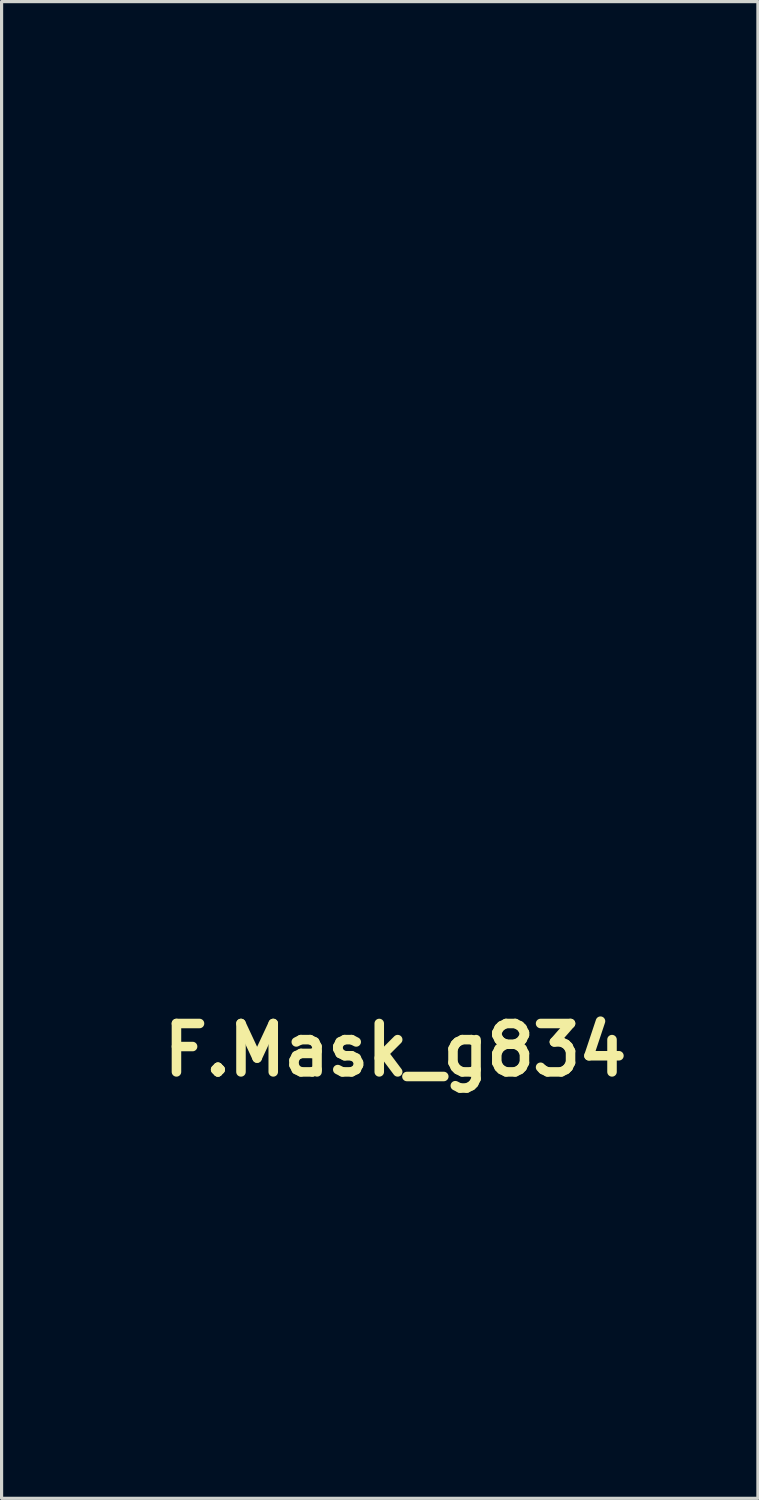
<source format=kicad_pcb>
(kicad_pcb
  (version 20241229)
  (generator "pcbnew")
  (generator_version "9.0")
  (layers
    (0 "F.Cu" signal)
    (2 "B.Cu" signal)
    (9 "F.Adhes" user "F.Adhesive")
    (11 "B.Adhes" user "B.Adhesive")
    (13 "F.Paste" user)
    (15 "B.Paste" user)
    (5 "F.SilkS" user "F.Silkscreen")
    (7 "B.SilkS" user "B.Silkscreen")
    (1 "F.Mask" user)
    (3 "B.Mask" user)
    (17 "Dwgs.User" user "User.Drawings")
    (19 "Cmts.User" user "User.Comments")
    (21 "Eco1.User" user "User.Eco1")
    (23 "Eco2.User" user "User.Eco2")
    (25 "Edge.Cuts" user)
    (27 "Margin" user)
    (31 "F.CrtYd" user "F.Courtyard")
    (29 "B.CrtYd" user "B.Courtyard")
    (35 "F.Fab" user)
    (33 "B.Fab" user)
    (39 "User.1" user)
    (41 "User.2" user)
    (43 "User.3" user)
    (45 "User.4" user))
  (footprint "F.Mask_g834"
    (layer "F.Cu")
    (at 9.401 30.015)
    (property "Reference" "F.Mask_g834" (at 0 0 0) (layer "F.SilkS") (effects (font (size 1.524 1.524) (thickness 0.3))))
    (attr through_hole)
    (fp_poly (pts (xy -3.49 -18.45) (xy -3.283 -18.35) (xy -3.111 -18.196) (xy -2.991 -17.993) (xy -2.965 -17.916) (xy -2.922 -17.633) (xy -2.951 -17.373) (xy -3.042 -17.146) (xy -3.189 -16.961) (xy -3.383 -16.828) (xy -3.617 -16.756) (xy -3.882 -16.755) (xy -3.937 -16.764) (xy -4.182 -16.845) (xy -4.369 -16.987) (xy -4.462 -17.113) (xy -4.569 -17.37) (xy -4.604 -17.635) (xy -4.566 -17.894) (xy -4.459 -18.128) (xy -4.366 -18.245) (xy -4.171 -18.394) (xy -3.95 -18.476) (xy -3.718 -18.494) (xy -3.49 -18.45)) (stroke (width 0.01) (type solid)) (fill yes) (layer "F.Mask"))
    (fp_poly (pts (xy 1.075 -2.8) (xy 1.3 -2.693) (xy 1.475 -2.523) (xy 1.591 -2.295) (xy 1.636 -2.089) (xy 1.631 -1.83) (xy 1.562 -1.587) (xy 1.437 -1.377) (xy 1.266 -1.217) (xy 1.156 -1.158) (xy 0.991 -1.117) (xy 0.789 -1.104) (xy 0.59 -1.12) (xy 0.444 -1.16) (xy 0.254 -1.286) (xy 0.105 -1.473) (xy 0.006 -1.702) (xy -0.033 -1.954) (xy -0.027 -2.089) (xy 0.041 -2.357) (xy 0.172 -2.571) (xy 0.36 -2.726) (xy 0.597 -2.815) (xy 0.804 -2.836) (xy 1.075 -2.8)) (stroke (width 0.01) (type solid)) (fill yes) (layer "F.Mask"))
    (fp_poly (pts (xy 2.297 9.409) (xy 2.487 9.481) (xy 2.489 9.482) (xy 2.679 9.635) (xy 2.811 9.838) (xy 2.884 10.074) (xy 2.895 10.328) (xy 2.84 10.582) (xy 2.732 10.799) (xy 2.586 10.95) (xy 2.387 11.057) (xy 2.158 11.114) (xy 1.923 11.114) (xy 1.763 11.074) (xy 1.55 10.954) (xy 1.389 10.783) (xy 1.282 10.574) (xy 1.23 10.344) (xy 1.233 10.107) (xy 1.292 9.878) (xy 1.408 9.673) (xy 1.582 9.505) (xy 1.672 9.45) (xy 1.855 9.393) (xy 2.075 9.379) (xy 2.297 9.409)) (stroke (width 0.01) (type solid)) (fill yes) (layer "F.Mask"))
    (fp_poly (pts (xy 5.184 -23.245) (xy 5.407 -23.137) (xy 5.582 -22.968) (xy 5.701 -22.747) (xy 5.755 -22.485) (xy 5.757 -22.416) (xy 5.723 -22.164) (xy 5.626 -21.935) (xy 5.479 -21.748) (xy 5.337 -21.646) (xy 5.135 -21.575) (xy 4.903 -21.548) (xy 4.677 -21.568) (xy 4.55 -21.607) (xy 4.353 -21.736) (xy 4.205 -21.918) (xy 4.111 -22.138) (xy 4.073 -22.379) (xy 4.094 -22.623) (xy 4.177 -22.854) (xy 4.288 -23.016) (xy 4.458 -23.167) (xy 4.655 -23.254) (xy 4.899 -23.283) (xy 4.924 -23.283) (xy 5.184 -23.245)) (stroke (width 0.01) (type solid)) (fill yes) (layer "F.Mask"))
    (fp_poly (pts (xy -0.14 -18.664) (xy -0.114 -18.654) (xy 0.064 -18.538) (xy 0.214 -18.361) (xy 0.319 -18.146) (xy 0.339 -18.076) (xy 0.365 -17.812) (xy 0.322 -17.559) (xy 0.217 -17.332) (xy 0.058 -17.148) (xy -0.1 -17.045) (xy -0.297 -16.989) (xy -0.526 -16.979) (xy -0.75 -17.016) (xy -0.871 -17.061) (xy -1.066 -17.202) (xy -1.206 -17.394) (xy -1.29 -17.622) (xy -1.314 -17.872) (xy -1.274 -18.126) (xy -1.169 -18.37) (xy -1.13 -18.431) (xy -0.994 -18.558) (xy -0.804 -18.651) (xy -0.582 -18.703) (xy -0.352 -18.709) (xy -0.14 -18.664)) (stroke (width 0.01) (type solid)) (fill yes) (layer "F.Mask"))
    (fp_poly (pts (xy 0.958 -7.031) (xy 1.189 -6.926) (xy 1.369 -6.764) (xy 1.492 -6.557) (xy 1.549 -6.313) (xy 1.532 -6.045) (xy 1.524 -6.013) (xy 1.44 -5.807) (xy 1.298 -5.604) (xy 1.119 -5.43) (xy 0.97 -5.332) (xy 0.795 -5.275) (xy 0.585 -5.252) (xy 0.376 -5.264) (xy 0.205 -5.312) (xy 0.191 -5.32) (xy -0.041 -5.478) (xy -0.196 -5.673) (xy -0.279 -5.91) (xy -0.295 -6.105) (xy -0.255 -6.385) (xy -0.138 -6.631) (xy 0.022 -6.811) (xy 0.231 -6.963) (xy 0.444 -7.045) (xy 0.687 -7.069) (xy 0.958 -7.031)) (stroke (width 0.01) (type solid)) (fill yes) (layer "F.Mask"))
    (fp_poly (pts (xy -6.161 -19.814) (xy -5.943 -19.673) (xy -5.929 -19.661) (xy -5.788 -19.514) (xy -5.698 -19.361) (xy -5.648 -19.179) (xy -5.631 -18.944) (xy -5.63 -18.883) (xy -5.648 -18.61) (xy -5.705 -18.398) (xy -5.809 -18.228) (xy -5.969 -18.082) (xy -5.978 -18.075) (xy -6.211 -17.943) (xy -6.446 -17.891) (xy -6.701 -17.916) (xy -6.744 -17.926) (xy -6.978 -18.029) (xy -7.167 -18.197) (xy -7.305 -18.418) (xy -7.384 -18.682) (xy -7.399 -18.978) (xy -7.396 -19.015) (xy -7.337 -19.283) (xy -7.218 -19.509) (xy -7.052 -19.687) (xy -6.851 -19.812) (xy -6.627 -19.878) (xy -6.393 -19.881) (xy -6.161 -19.814)) (stroke (width 0.01) (type solid)) (fill yes) (layer "F.Mask"))
    (fp_poly (pts (xy -8.4 -21.905) (xy -8.162 -21.828) (xy -8.077 -21.78) (xy -7.909 -21.623) (xy -7.795 -21.421) (xy -7.735 -21.192) (xy -7.728 -20.954) (xy -7.773 -20.722) (xy -7.871 -20.514) (xy -8.02 -20.348) (xy -8.13 -20.277) (xy -8.266 -20.223) (xy -8.425 -20.183) (xy -8.575 -20.161) (xy -8.685 -20.165) (xy -8.7 -20.169) (xy -8.77 -20.19) (xy -8.855 -20.21) (xy -8.961 -20.254) (xy -9.08 -20.331) (xy -9.104 -20.35) (xy -9.261 -20.534) (xy -9.358 -20.758) (xy -9.396 -21.005) (xy -9.375 -21.254) (xy -9.295 -21.486) (xy -9.155 -21.683) (xy -9.106 -21.728) (xy -8.895 -21.853) (xy -8.652 -21.913) (xy -8.4 -21.905)) (stroke (width 0.01) (type solid)) (fill yes) (layer "F.Mask"))
    (fp_poly (pts (xy 1.467 1.72) (xy 1.705 1.821) (xy 1.787 1.877) (xy 1.966 2.049) (xy 2.078 2.248) (xy 2.13 2.489) (xy 2.136 2.646) (xy 2.1 2.937) (xy 1.997 3.18) (xy 1.829 3.37) (xy 1.6 3.504) (xy 1.507 3.536) (xy 1.355 3.577) (xy 1.242 3.59) (xy 1.129 3.578) (xy 1.009 3.548) (xy 0.821 3.462) (xy 0.642 3.318) (xy 0.5 3.142) (xy 0.443 3.029) (xy 0.396 2.846) (xy 0.385 2.625) (xy 0.388 2.545) (xy 0.403 2.373) (xy 0.431 2.254) (xy 0.483 2.156) (xy 0.534 2.087) (xy 0.743 1.883) (xy 0.975 1.753) (xy 1.22 1.698) (xy 1.467 1.72)) (stroke (width 0.01) (type solid)) (fill yes) (layer "F.Mask"))
    (fp_poly (pts (xy 2.205 -19.615) (xy 2.418 -19.54) (xy 2.603 -19.407) (xy 2.743 -19.215) (xy 2.751 -19.2) (xy 2.817 -18.995) (xy 2.844 -18.758) (xy 2.83 -18.528) (xy 2.795 -18.394) (xy 2.703 -18.234) (xy 2.564 -18.081) (xy 2.413 -17.973) (xy 2.277 -17.925) (xy 2.106 -17.894) (xy 1.947 -17.886) (xy 1.884 -17.893) (xy 1.769 -17.917) (xy 1.707 -17.93) (xy 1.576 -17.991) (xy 1.438 -18.106) (xy 1.318 -18.254) (xy 1.265 -18.35) (xy 1.211 -18.534) (xy 1.188 -18.754) (xy 1.199 -18.971) (xy 1.243 -19.147) (xy 1.369 -19.351) (xy 1.544 -19.501) (xy 1.752 -19.595) (xy 1.977 -19.633) (xy 2.205 -19.615)) (stroke (width 0.01) (type solid)) (fill yes) (layer "F.Mask"))
    (fp_poly (pts (xy 1.551 6.08) (xy 1.674 6.101) (xy 1.778 6.144) (xy 1.85 6.188) (xy 2.023 6.35) (xy 2.139 6.558) (xy 2.199 6.795) (xy 2.202 7.042) (xy 2.146 7.282) (xy 2.032 7.498) (xy 1.904 7.636) (xy 1.795 7.713) (xy 1.696 7.761) (xy 1.679 7.766) (xy 1.448 7.801) (xy 1.27 7.799) (xy 1.27 7.799) (xy 1.1 7.772) (xy 0.979 7.727) (xy 0.869 7.653) (xy 0.848 7.636) (xy 0.68 7.445) (xy 0.582 7.213) (xy 0.55 6.937) (xy 0.584 6.648) (xy 0.683 6.412) (xy 0.846 6.229) (xy 0.902 6.188) (xy 1.01 6.126) (xy 1.117 6.091) (xy 1.256 6.077) (xy 1.376 6.075) (xy 1.551 6.08)) (stroke (width 0.01) (type solid)) (fill yes) (layer "F.Mask"))
    (fp_poly (pts (xy 0.571 -29.967) (xy 0.842 -29.851) (xy 1.069 -29.672) (xy 1.182 -29.542) (xy 1.248 -29.42) (xy 1.271 -29.287) (xy 1.254 -29.12) (xy 1.199 -28.899) (xy 1.191 -28.871) (xy 1.061 -28.496) (xy 0.91 -28.199) (xy 0.735 -27.979) (xy 0.533 -27.83) (xy 0.49 -27.809) (xy 0.345 -27.751) (xy 0.237 -27.736) (xy 0.129 -27.759) (xy 0.093 -27.773) (xy -0.123 -27.903) (xy -0.311 -28.105) (xy -0.424 -28.294) (xy -0.485 -28.432) (xy -0.529 -28.572) (xy -0.562 -28.736) (xy -0.589 -28.952) (xy -0.599 -29.048) (xy -0.621 -29.305) (xy -0.628 -29.492) (xy -0.617 -29.624) (xy -0.582 -29.717) (xy -0.52 -29.784) (xy -0.425 -29.84) (xy -0.356 -29.873) (xy -0.04 -29.979) (xy 0.273 -30.01) (xy 0.571 -29.967)) (stroke (width 0.01) (type solid)) (fill yes) (layer "F.Mask"))
    (fp_poly (pts (xy -5.691 -28.383) (xy -5.524 -28.313) (xy -5.377 -28.234) (xy -5.277 -28.164) (xy -5.22 -28.086) (xy -5.196 -27.982) (xy -5.198 -27.833) (xy -5.219 -27.622) (xy -5.224 -27.578) (xy -5.279 -27.23) (xy -5.36 -26.946) (xy -5.473 -26.706) (xy -5.628 -26.492) (xy -5.674 -26.44) (xy -5.779 -26.335) (xy -5.871 -26.275) (xy -5.974 -26.254) (xy -6.114 -26.266) (xy -6.256 -26.292) (xy -6.482 -26.37) (xy -6.666 -26.514) (xy -6.805 -26.705) (xy -6.855 -26.797) (xy -6.889 -26.883) (xy -6.911 -26.985) (xy -6.924 -27.123) (xy -6.931 -27.317) (xy -6.934 -27.411) (xy -6.936 -27.675) (xy -6.927 -27.863) (xy -6.906 -27.985) (xy -6.891 -28.025) (xy -6.827 -28.097) (xy -6.711 -28.187) (xy -6.567 -28.275) (xy -6.561 -28.278) (xy -6.264 -28.397) (xy -5.973 -28.432) (xy -5.691 -28.383)) (stroke (width 0.01) (type solid)) (fill yes) (layer "F.Mask"))
    (fp_poly (pts (xy -2.124 -25.395) (xy -2.083 -25.379) (xy -2.023 -25.347) (xy -1.939 -25.296) (xy -1.826 -25.224) (xy -1.678 -25.126) (xy -1.492 -24.999) (xy -1.261 -24.84) (xy -0.98 -24.645) (xy -0.646 -24.412) (xy -0.252 -24.136) (xy 0.169 -23.841) (xy 0.695 -23.472) (xy 1.233 -23.092) (xy 1.775 -22.708) (xy 2.313 -22.326) (xy 2.84 -21.951) (xy 3.346 -21.589) (xy 3.824 -21.247) (xy 4.265 -20.929) (xy 4.661 -20.642) (xy 5.004 -20.392) (xy 5.287 -20.184) (xy 5.292 -20.181) (xy 5.637 -19.924) (xy 5.92 -19.711) (xy 6.147 -19.536) (xy 6.324 -19.393) (xy 6.458 -19.274) (xy 6.554 -19.174) (xy 6.619 -19.087) (xy 6.659 -19.006) (xy 6.68 -18.925) (xy 6.688 -18.838) (xy 6.689 -18.757) (xy 6.678 -18.609) (xy 6.636 -18.499) (xy 6.557 -18.395) (xy 6.483 -18.321) (xy 6.407 -18.274) (xy 6.316 -18.257) (xy 6.197 -18.27) (xy 6.038 -18.314) (xy 5.825 -18.391) (xy 5.588 -18.485) (xy 5.44 -18.543) (xy 5.223 -18.628) (xy 4.945 -18.736) (xy 4.617 -18.863) (xy 4.247 -19.005) (xy 3.846 -19.16) (xy 3.422 -19.322) (xy 2.986 -19.488) (xy 2.731 -19.586) (xy 1.849 -19.922) (xy 1.046 -20.229) (xy 0.319 -20.507) (xy -0.333 -20.757) (xy -0.91 -20.979) (xy -1.416 -21.175) (xy -1.85 -21.344) (xy -2.214 -21.487) (xy -2.509 -21.604) (xy -2.738 -21.697) (xy -2.901 -21.765) (xy -2.994 -21.806) (xy -3.153 -21.891) (xy -3.267 -21.979) (xy -3.34 -22.083) (xy -3.375 -22.216) (xy -3.375 -22.392) (xy -3.343 -22.621) (xy -3.282 -22.918) (xy -3.278 -22.94) (xy -3.162 -23.416) (xy -3.036 -23.83) (xy -2.891 -24.207) (xy -2.719 -24.57) (xy -2.508 -24.942) (xy -2.441 -25.051) (xy -2.322 -25.23) (xy -2.226 -25.348) (xy -2.159 -25.399) (xy -2.15 -25.4) (xy -2.124 -25.395)) (stroke (width 0.01) (type solid)) (fill yes) (layer "F.Mask"))
    (fp_poly (pts (xy 5.848 -15.004) (xy 5.948 -14.936) (xy 6.101 -14.83) (xy 6.297 -14.691) (xy 6.529 -14.525) (xy 6.789 -14.339) (xy 6.99 -14.194) (xy 8.142 -13.36) (xy 8.023 -13.273) (xy 7.955 -13.222) (xy 7.832 -13.128) (xy 7.666 -12.999) (xy 7.468 -12.845) (xy 7.249 -12.674) (xy 7.159 -12.603) (xy 6.339 -11.98) (xy 5.559 -11.427) (xy 4.811 -10.941) (xy 4.092 -10.518) (xy 3.396 -10.157) (xy 2.718 -9.854) (xy 2.051 -9.606) (xy 1.392 -9.41) (xy 1.081 -9.335) (xy 0.534 -9.225) (xy 0.041 -9.153) (xy -0.418 -9.116) (xy -0.864 -9.115) (xy -1.317 -9.147) (xy -1.333 -9.149) (xy -1.491 -9.167) (xy -1.71 -9.194) (xy -1.968 -9.228) (xy -2.242 -9.266) (xy -2.426 -9.292) (xy -2.721 -9.33) (xy -3.07 -9.37) (xy -3.442 -9.408) (xy -3.805 -9.441) (xy -4.077 -9.462) (xy -4.552 -9.498) (xy -4.964 -9.537) (xy -5.333 -9.581) (xy -5.68 -9.634) (xy -6.026 -9.698) (xy -6.117 -9.716) (xy -6.54 -9.808) (xy -6.953 -9.91) (xy -7.347 -10.018) (xy -7.714 -10.129) (xy -8.045 -10.241) (xy -8.329 -10.349) (xy -8.559 -10.452) (xy -8.724 -10.545) (xy -8.816 -10.626) (xy -8.82 -10.633) (xy -8.83 -10.683) (xy -8.808 -10.758) (xy -8.748 -10.865) (xy -8.648 -11.011) (xy -8.502 -11.203) (xy -8.306 -11.447) (xy -8.181 -11.599) (xy -8.013 -11.794) (xy -7.804 -12.027) (xy -7.565 -12.285) (xy -7.312 -12.553) (xy -7.055 -12.817) (xy -6.81 -13.065) (xy -6.588 -13.283) (xy -6.404 -13.456) (xy -6.34 -13.512) (xy -6.098 -13.723) (xy -5.684 -13.555) (xy -4.928 -13.276) (xy -4.112 -13.028) (xy -3.257 -12.817) (xy -2.383 -12.648) (xy -1.524 -12.526) (xy -1.219 -12.501) (xy -0.855 -12.484) (xy -0.452 -12.476) (xy -0.034 -12.477) (xy 0.377 -12.487) (xy 0.761 -12.505) (xy 1.093 -12.531) (xy 1.242 -12.549) (xy 2.046 -12.688) (xy 2.785 -12.882) (xy 3.459 -13.129) (xy 4.069 -13.431) (xy 4.615 -13.787) (xy 5.097 -14.198) (xy 5.165 -14.265) (xy 5.317 -14.427) (xy 5.464 -14.594) (xy 5.584 -14.743) (xy 5.63 -14.807) (xy 5.712 -14.921) (xy 5.777 -15.001) (xy 5.808 -15.027) (xy 5.848 -15.004)) (stroke (width 0.01) (type solid)) (fill yes) (layer "F.Mask"))
    (fp_poly (pts (xy 7.509 -12.237) (xy 7.532 -12.117) (xy 7.557 -11.951) (xy 7.574 -11.811) (xy 7.591 -11.653) (xy 7.617 -11.426) (xy 7.648 -11.146) (xy 7.684 -10.828) (xy 7.722 -10.487) (xy 7.761 -10.139) (xy 7.768 -10.075) (xy 7.811 -9.688) (xy 7.855 -9.269) (xy 7.899 -8.842) (xy 7.94 -8.431) (xy 7.975 -8.059) (xy 8 -7.789) (xy 8.03 -7.47) (xy 8.063 -7.144) (xy 8.098 -6.833) (xy 8.131 -6.558) (xy 8.161 -6.34) (xy 8.17 -6.287) (xy 8.212 -6.014) (xy 8.247 -5.75) (xy 8.277 -5.482) (xy 8.303 -5.195) (xy 8.326 -4.877) (xy 8.346 -4.514) (xy 8.366 -4.092) (xy 8.384 -3.641) (xy 8.397 -3.267) (xy 8.407 -2.967) (xy 8.411 -2.731) (xy 8.409 -2.548) (xy 8.399 -2.407) (xy 8.382 -2.298) (xy 8.355 -2.21) (xy 8.319 -2.132) (xy 8.271 -2.055) (xy 8.236 -2.003) (xy 8.171 -1.886) (xy 8.161 -1.804) (xy 8.172 -1.774) (xy 8.21 -1.629) (xy 8.165 -1.483) (xy 8.125 -1.424) (xy 8.005 -1.333) (xy 7.854 -1.317) (xy 7.679 -1.376) (xy 7.634 -1.402) (xy 7.505 -1.462) (xy 7.372 -1.471) (xy 7.31 -1.464) (xy 7.135 -1.425) (xy 6.997 -1.358) (xy 6.884 -1.251) (xy 6.782 -1.089) (xy 6.679 -0.862) (xy 6.651 -0.794) (xy 6.593 -0.705) (xy 6.497 -0.677) (xy 6.486 -0.677) (xy 6.352 -0.717) (xy 6.257 -0.794) (xy 6.149 -0.91) (xy 6.121 -2.815) (xy 6.109 -3.563) (xy 6.094 -4.253) (xy 6.078 -4.883) (xy 6.059 -5.448) (xy 6.039 -5.944) (xy 6.017 -6.368) (xy 5.994 -6.715) (xy 5.97 -6.982) (xy 5.967 -7.005) (xy 5.921 -7.331) (xy 5.85 -7.732) (xy 5.756 -8.204) (xy 5.639 -8.741) (xy 5.501 -9.339) (xy 5.416 -9.69) (xy 5.348 -9.973) (xy 5.287 -10.226) (xy 5.237 -10.44) (xy 5.2 -10.603) (xy 5.179 -10.704) (xy 5.175 -10.732) (xy 5.31 -10.832) (xy 5.487 -10.959) (xy 5.698 -11.107) (xy 5.933 -11.269) (xy 6.181 -11.439) (xy 6.433 -11.61) (xy 6.679 -11.776) (xy 6.909 -11.929) (xy 7.114 -12.064) (xy 7.284 -12.173) (xy 7.409 -12.25) (xy 7.479 -12.289) (xy 7.491 -12.292) (xy 7.509 -12.237)) (stroke (width 0.01) (type solid)) (fill yes) (layer "F.Mask"))
    (fp_poly (pts (xy 4.826 -10.439) (xy 4.849 -10.332) (xy 4.879 -10.181) (xy 4.892 -10.115) (xy 4.922 -9.962) (xy 4.968 -9.747) (xy 5.024 -9.487) (xy 5.088 -9.202) (xy 5.154 -8.912) (xy 5.164 -8.869) (xy 5.23 -8.579) (xy 5.295 -8.293) (xy 5.353 -8.028) (xy 5.4 -7.805) (xy 5.433 -7.643) (xy 5.437 -7.624) (xy 5.479 -7.354) (xy 5.52 -7.008) (xy 5.558 -6.596) (xy 5.593 -6.127) (xy 5.624 -5.61) (xy 5.652 -5.056) (xy 5.675 -4.472) (xy 5.694 -3.869) (xy 5.707 -3.256) (xy 5.714 -2.642) (xy 5.715 -2.266) (xy 5.715 -0.871) (xy 5.599 -0.778) (xy 5.543 -0.729) (xy 5.508 -0.676) (xy 5.49 -0.598) (xy 5.483 -0.475) (xy 5.482 -0.311) (xy 5.485 -0.149) (xy 5.493 0.077) (xy 5.505 0.346) (xy 5.521 0.637) (xy 5.538 0.929) (xy 5.538 0.931) (xy 5.558 1.229) (xy 5.576 1.455) (xy 5.593 1.623) (xy 5.612 1.746) (xy 5.635 1.838) (xy 5.663 1.911) (xy 5.698 1.977) (xy 5.818 2.124) (xy 5.965 2.19) (xy 6.138 2.177) (xy 6.253 2.132) (xy 6.347 2.08) (xy 6.417 2.022) (xy 6.465 1.945) (xy 6.495 1.837) (xy 6.508 1.687) (xy 6.506 1.483) (xy 6.493 1.212) (xy 6.483 1.04) (xy 6.467 0.773) (xy 6.453 0.515) (xy 6.443 0.287) (xy 6.436 0.108) (xy 6.435 0.017) (xy 6.435 -0.241) (xy 6.615 -0.292) (xy 6.745 -0.33) (xy 6.852 -0.361) (xy 6.874 -0.367) (xy 6.894 -0.37) (xy 6.911 -0.361) (xy 6.924 -0.332) (xy 6.933 -0.276) (xy 6.939 -0.183) (xy 6.942 -0.047) (xy 6.943 0.141) (xy 6.942 0.388) (xy 6.939 0.703) (xy 6.934 1.093) (xy 6.933 1.17) (xy 6.927 1.528) (xy 6.921 1.861) (xy 6.913 2.159) (xy 6.905 2.412) (xy 6.897 2.611) (xy 6.889 2.745) (xy 6.881 2.804) (xy 6.881 2.805) (xy 6.827 2.867) (xy 6.791 2.879) (xy 6.644 2.908) (xy 6.498 2.983) (xy 6.384 3.084) (xy 6.347 3.146) (xy 6.309 3.239) (xy 6.289 3.288) (xy 6.289 3.289) (xy 6.248 3.298) (xy 6.141 3.317) (xy 5.985 3.342) (xy 5.841 3.365) (xy 5.648 3.394) (xy 5.48 3.42) (xy 5.359 3.439) (xy 5.313 3.446) (xy 5.223 3.435) (xy 5.106 3.389) (xy 5.074 3.373) (xy 4.964 3.319) (xy 4.874 3.309) (xy 4.759 3.339) (xy 4.757 3.339) (xy 4.6 3.372) (xy 4.437 3.38) (xy 4.424 3.379) (xy 4.311 3.361) (xy 4.239 3.312) (xy 4.176 3.211) (xy 4.168 3.196) (xy 4.079 3.053) (xy 3.97 2.918) (xy 3.95 2.897) (xy 3.875 2.81) (xy 3.828 2.713) (xy 3.797 2.578) (xy 3.782 2.473) (xy 3.774 2.356) (xy 3.767 2.163) (xy 3.761 1.902) (xy 3.756 1.581) (xy 3.753 1.21) (xy 3.751 0.797) (xy 3.75 0.35) (xy 3.751 -0.122) (xy 3.752 -0.611) (xy 3.755 -1.109) (xy 3.759 -1.606) (xy 3.765 -2.094) (xy 3.771 -2.566) (xy 3.778 -3.012) (xy 3.786 -3.424) (xy 3.796 -3.793) (xy 3.803 -4.022) (xy 3.819 -4.467) (xy 3.836 -4.954) (xy 3.855 -5.471) (xy 3.875 -6.005) (xy 3.896 -6.546) (xy 3.917 -7.082) (xy 3.937 -7.6) (xy 3.957 -8.088) (xy 3.975 -8.536) (xy 3.992 -8.93) (xy 4.006 -9.259) (xy 4.014 -9.437) (xy 4.043 -10.048) (xy 4.423 -10.271) (xy 4.58 -10.362) (xy 4.708 -10.433) (xy 4.791 -10.475) (xy 4.814 -10.483) (xy 4.826 -10.439)) (stroke (width 0.01) (type solid)) (fill yes) (layer "F.Mask")))
  (gr_rect
    (start -3 -3)
    (end 20.817 44.134)
    (stroke (width 0.1) (type default))
    (fill no)
    (layer "Edge.Cuts")))
</source>
